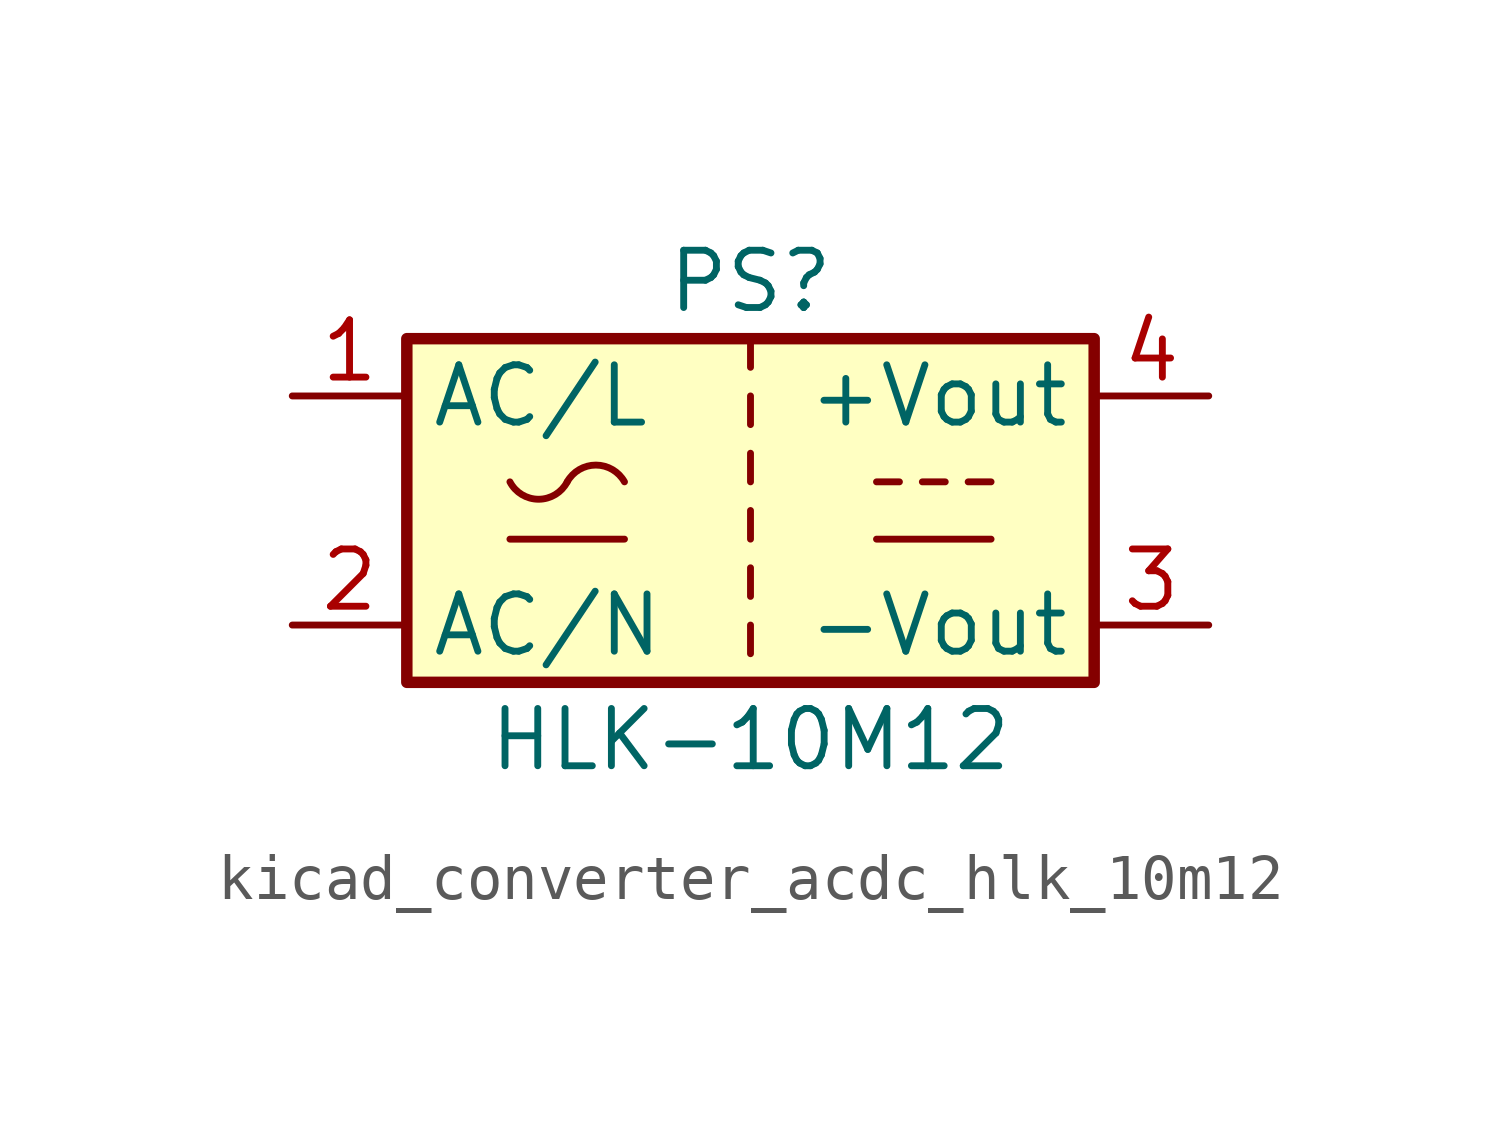
<source format=kicad_sym>
(kicad_symbol_lib
  (version 20220914)
  (generator kicad_symbol_editor)
  (symbol "kicad_converter_acdc_hlk_10m12"
    (property "Reference" "PS"
      (at 0 5.08 0)
      (effects (font (size 1.27 1.27))))
    (property "Value" "HLK-10M12"
      (at 0 -5.08 0)
      (effects (font (size 1.27 1.27))))
    (symbol "kicad_converter_acdc_hlk_10m12_0_1"
      (rectangle (start -7.62 3.81) (end 7.62 -3.81) (stroke (width 0.254) (type default)) (fill (type background)))
      (arc (start -5.334 0.635) (mid -4.699 0.2495) (end -4.064 0.635) (stroke (width 0) (type default)) (fill (type none)))
      (arc (start -2.794 0.635) (mid -3.429 1.0072) (end -4.064 0.635) (stroke (width 0) (type default)) (fill (type none)))
      (polyline (pts (xy -5.334 -0.635) (xy -2.794 -0.635)) (stroke (width 0) (type default)) (fill (type none)))
      (polyline (pts (xy 0 -2.54) (xy 0 -3.175)) (stroke (width 0) (type default)) (fill (type none)))
      (polyline (pts (xy 0 -1.27) (xy 0 -1.905)) (stroke (width 0) (type default)) (fill (type none)))
      (polyline (pts (xy 0 0) (xy 0 -0.635)) (stroke (width 0) (type default)) (fill (type none)))
      (polyline (pts (xy 0 1.27) (xy 0 0.635)) (stroke (width 0) (type default)) (fill (type none)))
      (polyline (pts (xy 0 2.54) (xy 0 1.905)) (stroke (width 0) (type default)) (fill (type none)))
      (polyline (pts (xy 0 3.81) (xy 0 3.175)) (stroke (width 0) (type default)) (fill (type none)))
      (polyline (pts (xy 2.794 -0.635) (xy 5.334 -0.635)) (stroke (width 0) (type default)) (fill (type none)))
      (polyline (pts (xy 2.794 0.635) (xy 3.302 0.635)) (stroke (width 0) (type default)) (fill (type none)))
      (polyline (pts (xy 3.81 0.635) (xy 4.318 0.635)) (stroke (width 0) (type default)) (fill (type none)))
      (polyline (pts (xy 4.826 0.635) (xy 5.334 0.635)) (stroke (width 0) (type default)) (fill (type none))))
    (symbol "kicad_converter_acdc_hlk_10m12_1_1"
      (pin power_in line (at -10.16 2.54 0) (length 2.54) (name "AC/L" (effects (font (size 1.27 1.27)))) (number "1" (effects (font (size 1.27 1.27)))))
      (pin power_in line (at -10.16 -2.54 0) (length 2.54) (name "AC/N" (effects (font (size 1.27 1.27)))) (number "2" (effects (font (size 1.27 1.27)))))
      (pin power_out line (at 10.16 -2.54 180) (length 2.54) (name "-Vout" (effects (font (size 1.27 1.27)))) (number "3" (effects (font (size 1.27 1.27)))))
      (pin power_out line (at 10.16 2.54 180) (length 2.54) (name "+Vout" (effects (font (size 1.27 1.27)))) (number "4" (effects (font (size 1.27 1.27))))))))
</source>
